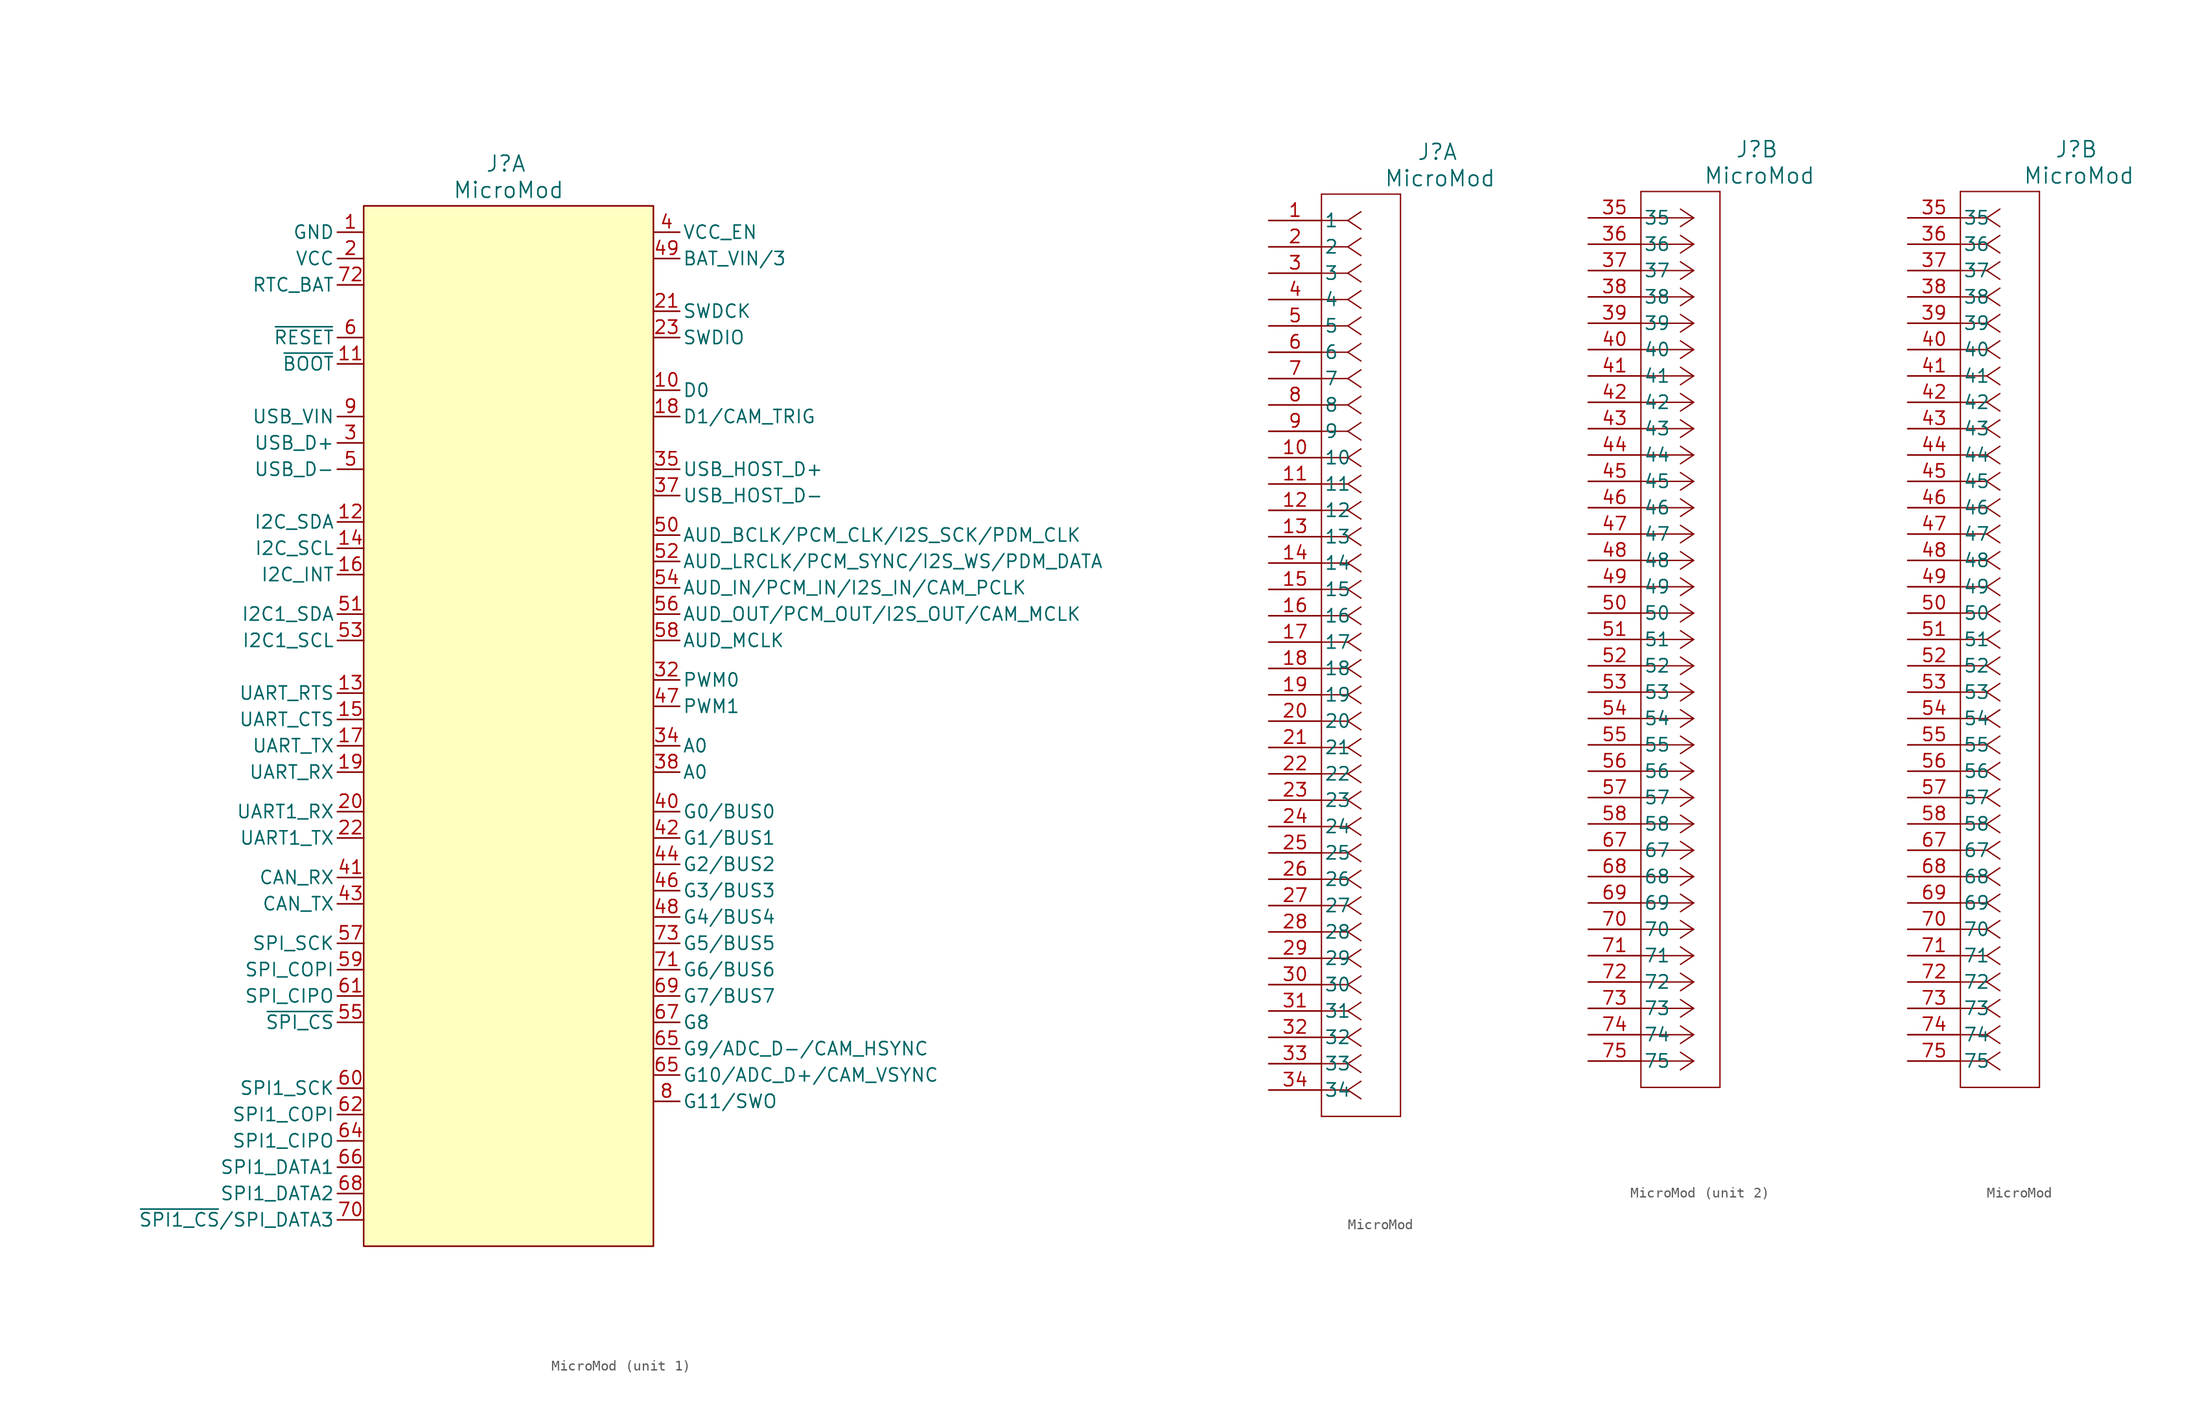
<source format=kicad_sym>
(kicad_symbol_lib
  (version 20231120)
  (generator "kicad_symbol_editor")
  (generator_version "8.0")
  (symbol "MicroMod"
    (pin_names
      (offset 0.254))
    (property "Reference" "J"
      (at 16.256 6.604 0)
      (effects (font (size 1.524 1.524))))
    (property "Value" "MicroMod"
      (at 16.51 4.064 0)
      (effects (font (size 1.524 1.524))))
    (property "ki_locked" ""
      (at 0 0 0)
      (effects (font (size 1.27 1.27))))
    (symbol "MicroMod_1_1"
      (rectangle (start 2.54 2.54) (end 30.48 -97.79) (stroke (width 0) (type default)) (fill (type background)))
      (pin power_out line (at 2.54 0 180) (length 2.54) (name "GND" (effects (font (size 1.27 1.27)))) (number "1" (effects (font (size 1.27 1.27)))))
      (pin bidirectional line (at 30.48 -15.24 0) (length 2.54) (name "D0" (effects (font (size 1.27 1.27)))) (number "10" (effects (font (size 1.27 1.27)))))
      (pin open_collector line (at 2.54 -12.7 180) (length 2.54) (name "~{BOOT}" (effects (font (size 1.27 1.27)))) (number "11" (effects (font (size 1.27 1.27)))))
      (pin bidirectional line (at 2.54 -27.94 180) (length 2.54) (name "I2C_SDA" (effects (font (size 1.27 1.27)))) (number "12" (effects (font (size 1.27 1.27)))))
      (pin output line (at 2.54 -44.45 180) (length 2.54) (name "UART_RTS" (effects (font (size 1.27 1.27)))) (number "13" (effects (font (size 1.27 1.27)))))
      (pin bidirectional line (at 2.54 -30.48 180) (length 2.54) (name "I2C_SCL" (effects (font (size 1.27 1.27)))) (number "14" (effects (font (size 1.27 1.27)))))
      (pin input line (at 2.54 -46.99 180) (length 2.54) (name "UART_CTS" (effects (font (size 1.27 1.27)))) (number "15" (effects (font (size 1.27 1.27)))))
      (pin open_collector line (at 2.54 -33.02 180) (length 2.54) (name "I2C_INT" (effects (font (size 1.27 1.27)))) (number "16" (effects (font (size 1.27 1.27)))))
      (pin output line (at 2.54 -49.53 180) (length 2.54) (name "UART_TX" (effects (font (size 1.27 1.27)))) (number "17" (effects (font (size 1.27 1.27)))))
      (pin bidirectional line (at 30.48 -17.78 0) (length 2.54) (name "D1/CAM_TRIG" (effects (font (size 1.27 1.27)))) (number "18" (effects (font (size 1.27 1.27)))))
      (pin input line (at 2.54 -52.07 180) (length 2.54) (name "UART_RX" (effects (font (size 1.27 1.27)))) (number "19" (effects (font (size 1.27 1.27)))))
      (pin power_in line (at 2.54 -2.54 180) (length 2.54) (name "VCC" (effects (font (size 1.27 1.27)))) (number "2" (effects (font (size 1.27 1.27)))))
      (pin input line (at 2.54 -55.88 180) (length 2.54) (name "UART1_RX" (effects (font (size 1.27 1.27)))) (number "20" (effects (font (size 1.27 1.27)))))
      (pin input line (at 30.48 -7.62 0) (length 2.54) (name "SWDCK" (effects (font (size 1.27 1.27)))) (number "21" (effects (font (size 1.27 1.27)))))
      (pin output line (at 2.54 -58.42 180) (length 2.54) (name "UART1_TX" (effects (font (size 1.27 1.27)))) (number "22" (effects (font (size 1.27 1.27)))))
      (pin output line (at 30.48 -10.16 0) (length 2.54) (name "SWDIO" (effects (font (size 1.27 1.27)))) (number "23" (effects (font (size 1.27 1.27)))))
      (pin bidirectional line (at 2.54 -20.32 180) (length 2.54) (name "USB_D+" (effects (font (size 1.27 1.27)))) (number "3" (effects (font (size 1.27 1.27)))))
      (pin output line (at 30.48 -43.18 0) (length 2.54) (name "PWM0" (effects (font (size 1.27 1.27)))) (number "32" (effects (font (size 1.27 1.27)))))
      (pin power_out line (at 2.54 0 180) (length 2.54) hide (name "GND" (effects (font (size 1.27 1.27)))) (number "33" (effects (font (size 1.27 1.27)))))
      (pin output line (at 30.48 -49.53 0) (length 2.54) (name "A0" (effects (font (size 1.27 1.27)))) (number "34" (effects (font (size 1.27 1.27)))))
      (pin bidirectional line (at 30.48 -22.86 0) (length 2.54) (name "USB_HOST_D+" (effects (font (size 1.27 1.27)))) (number "35" (effects (font (size 1.27 1.27)))))
      (pin power_out line (at 2.54 0 180) (length 2.54) hide (name "GND" (effects (font (size 1.27 1.27)))) (number "36" (effects (font (size 1.27 1.27)))))
      (pin power_out line (at 2.54 0 180) (length 2.54) hide (name "GND" (effects (font (size 1.27 1.27)))) (number "36" (effects (font (size 1.27 1.27)))))
      (pin bidirectional line (at 30.48 -25.4 0) (length 2.54) (name "USB_HOST_D-" (effects (font (size 1.27 1.27)))) (number "37" (effects (font (size 1.27 1.27)))))
      (pin output line (at 30.48 -52.07 0) (length 2.54) (name "A0" (effects (font (size 1.27 1.27)))) (number "38" (effects (font (size 1.27 1.27)))))
      (pin power_out line (at 2.54 0 180) (length 2.54) hide (name "GND" (effects (font (size 1.27 1.27)))) (number "39" (effects (font (size 1.27 1.27)))))
      (pin output line (at 30.48 0 0) (length 2.54) (name "VCC_EN" (effects (font (size 1.27 1.27)))) (number "4" (effects (font (size 1.27 1.27)))))
      (pin bidirectional line (at 30.48 -55.88 0) (length 2.54) (name "G0/BUS0" (effects (font (size 1.27 1.27)))) (number "40" (effects (font (size 1.27 1.27)))))
      (pin input line (at 2.54 -62.23 180) (length 2.54) (name "CAN_RX" (effects (font (size 1.27 1.27)))) (number "41" (effects (font (size 1.27 1.27)))))
      (pin bidirectional line (at 30.48 -58.42 0) (length 2.54) (name "G1/BUS1" (effects (font (size 1.27 1.27)))) (number "42" (effects (font (size 1.27 1.27)))))
      (pin output line (at 2.54 -64.77 180) (length 2.54) (name "CAN_TX" (effects (font (size 1.27 1.27)))) (number "43" (effects (font (size 1.27 1.27)))))
      (pin bidirectional line (at 30.48 -60.96 0) (length 2.54) (name "G2/BUS2" (effects (font (size 1.27 1.27)))) (number "44" (effects (font (size 1.27 1.27)))))
      (pin power_out line (at 2.54 0 180) (length 2.54) hide (name "GND" (effects (font (size 1.27 1.27)))) (number "45" (effects (font (size 1.27 1.27)))))
      (pin bidirectional line (at 30.48 -63.5 0) (length 2.54) (name "G3/BUS3" (effects (font (size 1.27 1.27)))) (number "46" (effects (font (size 1.27 1.27)))))
      (pin output line (at 30.48 -45.72 0) (length 2.54) (name "PWM1" (effects (font (size 1.27 1.27)))) (number "47" (effects (font (size 1.27 1.27)))))
      (pin bidirectional line (at 30.48 -66.04 0) (length 2.54) (name "G4/BUS4" (effects (font (size 1.27 1.27)))) (number "48" (effects (font (size 1.27 1.27)))))
      (pin input line (at 30.48 -2.54 0) (length 2.54) (name "BAT_VIN/3" (effects (font (size 1.27 1.27)))) (number "49" (effects (font (size 1.27 1.27)))))
      (pin bidirectional line (at 2.54 -22.86 180) (length 2.54) (name "USB_D-" (effects (font (size 1.27 1.27)))) (number "5" (effects (font (size 1.27 1.27)))))
      (pin bidirectional line (at 30.48 -29.21 0) (length 2.54) (name "AUD_BCLK/PCM_CLK/I2S_SCK/PDM_CLK" (effects (font (size 1.27 1.27)))) (number "50" (effects (font (size 1.27 1.27)))))
      (pin bidirectional line (at 2.54 -36.83 180) (length 2.54) (name "I2C1_SDA" (effects (font (size 1.27 1.27)))) (number "51" (effects (font (size 1.27 1.27)))))
      (pin bidirectional line (at 30.48 -31.75 0) (length 2.54) (name "AUD_LRCLK/PCM_SYNC/I2S_WS/PDM_DATA" (effects (font (size 1.27 1.27)))) (number "52" (effects (font (size 1.27 1.27)))))
      (pin bidirectional line (at 2.54 -39.37 180) (length 2.54) (name "I2C1_SCL" (effects (font (size 1.27 1.27)))) (number "53" (effects (font (size 1.27 1.27)))))
      (pin input line (at 30.48 -34.29 0) (length 2.54) (name "AUD_IN/PCM_IN/I2S_IN/CAM_PCLK" (effects (font (size 1.27 1.27)))) (number "54" (effects (font (size 1.27 1.27)))))
      (pin output line (at 2.54 -76.2 180) (length 2.54) (name "~{SPI_CS}" (effects (font (size 1.27 1.27)))) (number "55" (effects (font (size 1.27 1.27)))))
      (pin output line (at 30.48 -36.83 0) (length 2.54) (name "AUD_OUT/PCM_OUT/I2S_OUT/CAM_MCLK" (effects (font (size 1.27 1.27)))) (number "56" (effects (font (size 1.27 1.27)))))
      (pin output line (at 2.54 -68.58 180) (length 2.54) (name "SPI_SCK" (effects (font (size 1.27 1.27)))) (number "57" (effects (font (size 1.27 1.27)))))
      (pin output line (at 30.48 -39.37 0) (length 2.54) (name "AUD_MCLK" (effects (font (size 1.27 1.27)))) (number "58" (effects (font (size 1.27 1.27)))))
      (pin output line (at 2.54 -71.12 180) (length 2.54) (name "SPI_COPI" (effects (font (size 1.27 1.27)))) (number "59" (effects (font (size 1.27 1.27)))))
      (pin open_collector line (at 2.54 -10.16 180) (length 2.54) (name "~{RESET}" (effects (font (size 1.27 1.27)))) (number "6" (effects (font (size 1.27 1.27)))))
      (pin output line (at 2.54 -82.55 180) (length 2.54) (name "SPI1_SCK" (effects (font (size 1.27 1.27)))) (number "60" (effects (font (size 1.27 1.27)))))
      (pin output line (at 2.54 -73.66 180) (length 2.54) (name "SPI_CIPO" (effects (font (size 1.27 1.27)))) (number "61" (effects (font (size 1.27 1.27)))))
      (pin output line (at 2.54 -85.09 180) (length 2.54) (name "SPI1_COPI" (effects (font (size 1.27 1.27)))) (number "62" (effects (font (size 1.27 1.27)))))
      (pin output line (at 2.54 -87.63 180) (length 2.54) (name "SPI1_CIPO" (effects (font (size 1.27 1.27)))) (number "64" (effects (font (size 1.27 1.27)))))
      (pin bidirectional line (at 30.48 -81.28 0) (length 2.54) (name "G10/ADC_D+/CAM_VSYNC" (effects (font (size 1.27 1.27)))) (number "65" (effects (font (size 1.27 1.27)))))
      (pin bidirectional line (at 30.48 -78.74 0) (length 2.54) (name "G9/ADC_D-/CAM_HSYNC" (effects (font (size 1.27 1.27)))) (number "65" (effects (font (size 1.27 1.27)))))
      (pin output line (at 2.54 -90.17 180) (length 2.54) (name "SPI1_DATA1" (effects (font (size 1.27 1.27)))) (number "66" (effects (font (size 1.27 1.27)))))
      (pin bidirectional line (at 30.48 -76.2 0) (length 2.54) (name "G8" (effects (font (size 1.27 1.27)))) (number "67" (effects (font (size 1.27 1.27)))))
      (pin output line (at 2.54 -92.71 180) (length 2.54) (name "SPI1_DATA2" (effects (font (size 1.27 1.27)))) (number "68" (effects (font (size 1.27 1.27)))))
      (pin bidirectional line (at 30.48 -73.66 0) (length 2.54) (name "G7/BUS7" (effects (font (size 1.27 1.27)))) (number "69" (effects (font (size 1.27 1.27)))))
      (pin power_out line (at 2.54 0 180) (length 2.54) hide (name "GND" (effects (font (size 1.27 1.27)))) (number "7" (effects (font (size 1.27 1.27)))))
      (pin bidirectional line (at 2.54 -95.25 180) (length 2.54) (name "~{SPI1_CS}/SPI_DATA3" (effects (font (size 1.27 1.27)))) (number "70" (effects (font (size 1.27 1.27)))))
      (pin bidirectional line (at 30.48 -71.12 0) (length 2.54) (name "G6/BUS6" (effects (font (size 1.27 1.27)))) (number "71" (effects (font (size 1.27 1.27)))))
      (pin power_in line (at 2.54 -5.08 180) (length 2.54) (name "RTC_BAT" (effects (font (size 1.27 1.27)))) (number "72" (effects (font (size 1.27 1.27)))))
      (pin bidirectional line (at 30.48 -68.58 0) (length 2.54) (name "G5/BUS5" (effects (font (size 1.27 1.27)))) (number "73" (effects (font (size 1.27 1.27)))))
      (pin power_in line (at 2.54 -2.54 180) (length 2.54) hide (name "GND" (effects (font (size 1.27 1.27)))) (number "74" (effects (font (size 1.27 1.27)))))
      (pin power_out line (at 2.54 0 180) (length 2.54) hide (name "GND" (effects (font (size 1.27 1.27)))) (number "75" (effects (font (size 1.27 1.27)))))
      (pin power_out line (at 2.54 0 180) (length 2.54) hide (name "GND" (effects (font (size 1.27 1.27)))) (number "79" (effects (font (size 1.27 1.27)))))
      (pin bidirectional line (at 30.48 -83.82 0) (length 2.54) (name "G11/SWO" (effects (font (size 1.27 1.27)))) (number "8" (effects (font (size 1.27 1.27)))))
      (pin power_in line (at 2.54 -17.78 180) (length 2.54) (name "USB_VIN" (effects (font (size 1.27 1.27)))) (number "9" (effects (font (size 1.27 1.27))))))
    (symbol "MicroMod_1_2"
      (polyline (pts (xy 5.08 -86.36) (xy 12.7 -86.36)) (stroke (width 0.127) (type default)) (fill (type none)))
      (polyline (pts (xy 5.08 2.54) (xy 5.08 -86.36)) (stroke (width 0.127) (type default)) (fill (type none)))
      (polyline (pts (xy 7.62 -83.82) (xy 5.08 -83.82)) (stroke (width 0.127) (type default)) (fill (type none)))
      (polyline (pts (xy 7.62 -83.82) (xy 8.89 -84.667)) (stroke (width 0.127) (type default)) (fill (type none)))
      (polyline (pts (xy 7.62 -83.82) (xy 8.89 -82.973)) (stroke (width 0.127) (type default)) (fill (type none)))
      (polyline (pts (xy 7.62 -81.28) (xy 5.08 -81.28)) (stroke (width 0.127) (type default)) (fill (type none)))
      (polyline (pts (xy 7.62 -81.28) (xy 8.89 -82.127)) (stroke (width 0.127) (type default)) (fill (type none)))
      (polyline (pts (xy 7.62 -81.28) (xy 8.89 -80.433)) (stroke (width 0.127) (type default)) (fill (type none)))
      (polyline (pts (xy 7.62 -78.74) (xy 5.08 -78.74)) (stroke (width 0.127) (type default)) (fill (type none)))
      (polyline (pts (xy 7.62 -78.74) (xy 8.89 -79.587)) (stroke (width 0.127) (type default)) (fill (type none)))
      (polyline (pts (xy 7.62 -78.74) (xy 8.89 -77.893)) (stroke (width 0.127) (type default)) (fill (type none)))
      (polyline (pts (xy 7.62 -76.2) (xy 5.08 -76.2)) (stroke (width 0.127) (type default)) (fill (type none)))
      (polyline (pts (xy 7.62 -76.2) (xy 8.89 -77.047)) (stroke (width 0.127) (type default)) (fill (type none)))
      (polyline (pts (xy 7.62 -76.2) (xy 8.89 -75.353)) (stroke (width 0.127) (type default)) (fill (type none)))
      (polyline (pts (xy 7.62 -73.66) (xy 5.08 -73.66)) (stroke (width 0.127) (type default)) (fill (type none)))
      (polyline (pts (xy 7.62 -73.66) (xy 8.89 -74.507)) (stroke (width 0.127) (type default)) (fill (type none)))
      (polyline (pts (xy 7.62 -73.66) (xy 8.89 -72.813)) (stroke (width 0.127) (type default)) (fill (type none)))
      (polyline (pts (xy 7.62 -71.12) (xy 5.08 -71.12)) (stroke (width 0.127) (type default)) (fill (type none)))
      (polyline (pts (xy 7.62 -71.12) (xy 8.89 -71.967)) (stroke (width 0.127) (type default)) (fill (type none)))
      (polyline (pts (xy 7.62 -71.12) (xy 8.89 -70.273)) (stroke (width 0.127) (type default)) (fill (type none)))
      (polyline (pts (xy 7.62 -68.58) (xy 5.08 -68.58)) (stroke (width 0.127) (type default)) (fill (type none)))
      (polyline (pts (xy 7.62 -68.58) (xy 8.89 -69.427)) (stroke (width 0.127) (type default)) (fill (type none)))
      (polyline (pts (xy 7.62 -68.58) (xy 8.89 -67.733)) (stroke (width 0.127) (type default)) (fill (type none)))
      (polyline (pts (xy 7.62 -66.04) (xy 5.08 -66.04)) (stroke (width 0.127) (type default)) (fill (type none)))
      (polyline (pts (xy 7.62 -66.04) (xy 8.89 -66.887)) (stroke (width 0.127) (type default)) (fill (type none)))
      (polyline (pts (xy 7.62 -66.04) (xy 8.89 -65.193)) (stroke (width 0.127) (type default)) (fill (type none)))
      (polyline (pts (xy 7.62 -63.5) (xy 5.08 -63.5)) (stroke (width 0.127) (type default)) (fill (type none)))
      (polyline (pts (xy 7.62 -63.5) (xy 8.89 -64.347)) (stroke (width 0.127) (type default)) (fill (type none)))
      (polyline (pts (xy 7.62 -63.5) (xy 8.89 -62.653)) (stroke (width 0.127) (type default)) (fill (type none)))
      (polyline (pts (xy 7.62 -60.96) (xy 5.08 -60.96)) (stroke (width 0.127) (type default)) (fill (type none)))
      (polyline (pts (xy 7.62 -60.96) (xy 8.89 -61.807)) (stroke (width 0.127) (type default)) (fill (type none)))
      (polyline (pts (xy 7.62 -60.96) (xy 8.89 -60.113)) (stroke (width 0.127) (type default)) (fill (type none)))
      (polyline (pts (xy 7.62 -58.42) (xy 5.08 -58.42)) (stroke (width 0.127) (type default)) (fill (type none)))
      (polyline (pts (xy 7.62 -58.42) (xy 8.89 -59.267)) (stroke (width 0.127) (type default)) (fill (type none)))
      (polyline (pts (xy 7.62 -58.42) (xy 8.89 -57.573)) (stroke (width 0.127) (type default)) (fill (type none)))
      (polyline (pts (xy 7.62 -55.88) (xy 5.08 -55.88)) (stroke (width 0.127) (type default)) (fill (type none)))
      (polyline (pts (xy 7.62 -55.88) (xy 8.89 -56.727)) (stroke (width 0.127) (type default)) (fill (type none)))
      (polyline (pts (xy 7.62 -55.88) (xy 8.89 -55.033)) (stroke (width 0.127) (type default)) (fill (type none)))
      (polyline (pts (xy 7.62 -53.34) (xy 5.08 -53.34)) (stroke (width 0.127) (type default)) (fill (type none)))
      (polyline (pts (xy 7.62 -53.34) (xy 8.89 -54.187)) (stroke (width 0.127) (type default)) (fill (type none)))
      (polyline (pts (xy 7.62 -53.34) (xy 8.89 -52.493)) (stroke (width 0.127) (type default)) (fill (type none)))
      (polyline (pts (xy 7.62 -50.8) (xy 5.08 -50.8)) (stroke (width 0.127) (type default)) (fill (type none)))
      (polyline (pts (xy 7.62 -50.8) (xy 8.89 -51.647)) (stroke (width 0.127) (type default)) (fill (type none)))
      (polyline (pts (xy 7.62 -50.8) (xy 8.89 -49.953)) (stroke (width 0.127) (type default)) (fill (type none)))
      (polyline (pts (xy 7.62 -48.26) (xy 5.08 -48.26)) (stroke (width 0.127) (type default)) (fill (type none)))
      (polyline (pts (xy 7.62 -48.26) (xy 8.89 -49.107)) (stroke (width 0.127) (type default)) (fill (type none)))
      (polyline (pts (xy 7.62 -48.26) (xy 8.89 -47.413)) (stroke (width 0.127) (type default)) (fill (type none)))
      (polyline (pts (xy 7.62 -45.72) (xy 5.08 -45.72)) (stroke (width 0.127) (type default)) (fill (type none)))
      (polyline (pts (xy 7.62 -45.72) (xy 8.89 -46.567)) (stroke (width 0.127) (type default)) (fill (type none)))
      (polyline (pts (xy 7.62 -45.72) (xy 8.89 -44.873)) (stroke (width 0.127) (type default)) (fill (type none)))
      (polyline (pts (xy 7.62 -43.18) (xy 5.08 -43.18)) (stroke (width 0.127) (type default)) (fill (type none)))
      (polyline (pts (xy 7.62 -43.18) (xy 8.89 -44.027)) (stroke (width 0.127) (type default)) (fill (type none)))
      (polyline (pts (xy 7.62 -43.18) (xy 8.89 -42.333)) (stroke (width 0.127) (type default)) (fill (type none)))
      (polyline (pts (xy 7.62 -40.64) (xy 5.08 -40.64)) (stroke (width 0.127) (type default)) (fill (type none)))
      (polyline (pts (xy 7.62 -40.64) (xy 8.89 -41.487)) (stroke (width 0.127) (type default)) (fill (type none)))
      (polyline (pts (xy 7.62 -40.64) (xy 8.89 -39.793)) (stroke (width 0.127) (type default)) (fill (type none)))
      (polyline (pts (xy 7.62 -38.1) (xy 5.08 -38.1)) (stroke (width 0.127) (type default)) (fill (type none)))
      (polyline (pts (xy 7.62 -38.1) (xy 8.89 -38.947)) (stroke (width 0.127) (type default)) (fill (type none)))
      (polyline (pts (xy 7.62 -38.1) (xy 8.89 -37.253)) (stroke (width 0.127) (type default)) (fill (type none)))
      (polyline (pts (xy 7.62 -35.56) (xy 5.08 -35.56)) (stroke (width 0.127) (type default)) (fill (type none)))
      (polyline (pts (xy 7.62 -35.56) (xy 8.89 -36.407)) (stroke (width 0.127) (type default)) (fill (type none)))
      (polyline (pts (xy 7.62 -35.56) (xy 8.89 -34.713)) (stroke (width 0.127) (type default)) (fill (type none)))
      (polyline (pts (xy 7.62 -33.02) (xy 5.08 -33.02)) (stroke (width 0.127) (type default)) (fill (type none)))
      (polyline (pts (xy 7.62 -33.02) (xy 8.89 -33.867)) (stroke (width 0.127) (type default)) (fill (type none)))
      (polyline (pts (xy 7.62 -33.02) (xy 8.89 -32.173)) (stroke (width 0.127) (type default)) (fill (type none)))
      (polyline (pts (xy 7.62 -30.48) (xy 5.08 -30.48)) (stroke (width 0.127) (type default)) (fill (type none)))
      (polyline (pts (xy 7.62 -30.48) (xy 8.89 -31.327)) (stroke (width 0.127) (type default)) (fill (type none)))
      (polyline (pts (xy 7.62 -30.48) (xy 8.89 -29.633)) (stroke (width 0.127) (type default)) (fill (type none)))
      (polyline (pts (xy 7.62 -27.94) (xy 5.08 -27.94)) (stroke (width 0.127) (type default)) (fill (type none)))
      (polyline (pts (xy 7.62 -27.94) (xy 8.89 -28.787)) (stroke (width 0.127) (type default)) (fill (type none)))
      (polyline (pts (xy 7.62 -27.94) (xy 8.89 -27.093)) (stroke (width 0.127) (type default)) (fill (type none)))
      (polyline (pts (xy 7.62 -25.4) (xy 5.08 -25.4)) (stroke (width 0.127) (type default)) (fill (type none)))
      (polyline (pts (xy 7.62 -25.4) (xy 8.89 -26.247)) (stroke (width 0.127) (type default)) (fill (type none)))
      (polyline (pts (xy 7.62 -25.4) (xy 8.89 -24.553)) (stroke (width 0.127) (type default)) (fill (type none)))
      (polyline (pts (xy 7.62 -22.86) (xy 5.08 -22.86)) (stroke (width 0.127) (type default)) (fill (type none)))
      (polyline (pts (xy 7.62 -22.86) (xy 8.89 -23.707)) (stroke (width 0.127) (type default)) (fill (type none)))
      (polyline (pts (xy 7.62 -22.86) (xy 8.89 -22.013)) (stroke (width 0.127) (type default)) (fill (type none)))
      (polyline (pts (xy 7.62 -20.32) (xy 5.08 -20.32)) (stroke (width 0.127) (type default)) (fill (type none)))
      (polyline (pts (xy 7.62 -20.32) (xy 8.89 -21.167)) (stroke (width 0.127) (type default)) (fill (type none)))
      (polyline (pts (xy 7.62 -20.32) (xy 8.89 -19.473)) (stroke (width 0.127) (type default)) (fill (type none)))
      (polyline (pts (xy 7.62 -17.78) (xy 5.08 -17.78)) (stroke (width 0.127) (type default)) (fill (type none)))
      (polyline (pts (xy 7.62 -17.78) (xy 8.89 -18.627)) (stroke (width 0.127) (type default)) (fill (type none)))
      (polyline (pts (xy 7.62 -17.78) (xy 8.89 -16.933)) (stroke (width 0.127) (type default)) (fill (type none)))
      (polyline (pts (xy 7.62 -15.24) (xy 5.08 -15.24)) (stroke (width 0.127) (type default)) (fill (type none)))
      (polyline (pts (xy 7.62 -15.24) (xy 8.89 -16.087)) (stroke (width 0.127) (type default)) (fill (type none)))
      (polyline (pts (xy 7.62 -15.24) (xy 8.89 -14.393)) (stroke (width 0.127) (type default)) (fill (type none)))
      (polyline (pts (xy 7.62 -12.7) (xy 5.08 -12.7)) (stroke (width 0.127) (type default)) (fill (type none)))
      (polyline (pts (xy 7.62 -12.7) (xy 8.89 -13.547)) (stroke (width 0.127) (type default)) (fill (type none)))
      (polyline (pts (xy 7.62 -12.7) (xy 8.89 -11.853)) (stroke (width 0.127) (type default)) (fill (type none)))
      (polyline (pts (xy 7.62 -10.16) (xy 5.08 -10.16)) (stroke (width 0.127) (type default)) (fill (type none)))
      (polyline (pts (xy 7.62 -10.16) (xy 8.89 -11.007)) (stroke (width 0.127) (type default)) (fill (type none)))
      (polyline (pts (xy 7.62 -10.16) (xy 8.89 -9.313)) (stroke (width 0.127) (type default)) (fill (type none)))
      (polyline (pts (xy 7.62 -7.62) (xy 5.08 -7.62)) (stroke (width 0.127) (type default)) (fill (type none)))
      (polyline (pts (xy 7.62 -7.62) (xy 8.89 -8.467)) (stroke (width 0.127) (type default)) (fill (type none)))
      (polyline (pts (xy 7.62 -7.62) (xy 8.89 -6.773)) (stroke (width 0.127) (type default)) (fill (type none)))
      (polyline (pts (xy 7.62 -5.08) (xy 5.08 -5.08)) (stroke (width 0.127) (type default)) (fill (type none)))
      (polyline (pts (xy 7.62 -5.08) (xy 8.89 -5.927)) (stroke (width 0.127) (type default)) (fill (type none)))
      (polyline (pts (xy 7.62 -5.08) (xy 8.89 -4.233)) (stroke (width 0.127) (type default)) (fill (type none)))
      (polyline (pts (xy 7.62 -2.54) (xy 5.08 -2.54)) (stroke (width 0.127) (type default)) (fill (type none)))
      (polyline (pts (xy 7.62 -2.54) (xy 8.89 -3.387)) (stroke (width 0.127) (type default)) (fill (type none)))
      (polyline (pts (xy 7.62 -2.54) (xy 8.89 -1.693)) (stroke (width 0.127) (type default)) (fill (type none)))
      (polyline (pts (xy 7.62 0) (xy 5.08 0)) (stroke (width 0.127) (type default)) (fill (type none)))
      (polyline (pts (xy 7.62 0) (xy 8.89 -0.847)) (stroke (width 0.127) (type default)) (fill (type none)))
      (polyline (pts (xy 7.62 0) (xy 8.89 0.847)) (stroke (width 0.127) (type default)) (fill (type none)))
      (polyline (pts (xy 12.7 -86.36) (xy 12.7 2.54)) (stroke (width 0.127) (type default)) (fill (type none)))
      (polyline (pts (xy 12.7 2.54) (xy 5.08 2.54)) (stroke (width 0.127) (type default)) (fill (type none)))
      (pin unspecified line (at 0 0 0) (length 5.08) (name "1" (effects (font (size 1.27 1.27)))) (number "1" (effects (font (size 1.27 1.27)))))
      (pin unspecified line (at 0 -22.86 0) (length 5.08) (name "10" (effects (font (size 1.27 1.27)))) (number "10" (effects (font (size 1.27 1.27)))))
      (pin unspecified line (at 0 -25.4 0) (length 5.08) (name "11" (effects (font (size 1.27 1.27)))) (number "11" (effects (font (size 1.27 1.27)))))
      (pin unspecified line (at 0 -27.94 0) (length 5.08) (name "12" (effects (font (size 1.27 1.27)))) (number "12" (effects (font (size 1.27 1.27)))))
      (pin unspecified line (at 0 -30.48 0) (length 5.08) (name "13" (effects (font (size 1.27 1.27)))) (number "13" (effects (font (size 1.27 1.27)))))
      (pin unspecified line (at 0 -33.02 0) (length 5.08) (name "14" (effects (font (size 1.27 1.27)))) (number "14" (effects (font (size 1.27 1.27)))))
      (pin unspecified line (at 0 -35.56 0) (length 5.08) (name "15" (effects (font (size 1.27 1.27)))) (number "15" (effects (font (size 1.27 1.27)))))
      (pin unspecified line (at 0 -38.1 0) (length 5.08) (name "16" (effects (font (size 1.27 1.27)))) (number "16" (effects (font (size 1.27 1.27)))))
      (pin unspecified line (at 0 -40.64 0) (length 5.08) (name "17" (effects (font (size 1.27 1.27)))) (number "17" (effects (font (size 1.27 1.27)))))
      (pin unspecified line (at 0 -43.18 0) (length 5.08) (name "18" (effects (font (size 1.27 1.27)))) (number "18" (effects (font (size 1.27 1.27)))))
      (pin unspecified line (at 0 -45.72 0) (length 5.08) (name "19" (effects (font (size 1.27 1.27)))) (number "19" (effects (font (size 1.27 1.27)))))
      (pin unspecified line (at 0 -2.54 0) (length 5.08) (name "2" (effects (font (size 1.27 1.27)))) (number "2" (effects (font (size 1.27 1.27)))))
      (pin unspecified line (at 0 -48.26 0) (length 5.08) (name "20" (effects (font (size 1.27 1.27)))) (number "20" (effects (font (size 1.27 1.27)))))
      (pin unspecified line (at 0 -50.8 0) (length 5.08) (name "21" (effects (font (size 1.27 1.27)))) (number "21" (effects (font (size 1.27 1.27)))))
      (pin unspecified line (at 0 -53.34 0) (length 5.08) (name "22" (effects (font (size 1.27 1.27)))) (number "22" (effects (font (size 1.27 1.27)))))
      (pin unspecified line (at 0 -55.88 0) (length 5.08) (name "23" (effects (font (size 1.27 1.27)))) (number "23" (effects (font (size 1.27 1.27)))))
      (pin unspecified line (at 0 -58.42 0) (length 5.08) (name "24" (effects (font (size 1.27 1.27)))) (number "24" (effects (font (size 1.27 1.27)))))
      (pin unspecified line (at 0 -60.96 0) (length 5.08) (name "25" (effects (font (size 1.27 1.27)))) (number "25" (effects (font (size 1.27 1.27)))))
      (pin unspecified line (at 0 -63.5 0) (length 5.08) (name "26" (effects (font (size 1.27 1.27)))) (number "26" (effects (font (size 1.27 1.27)))))
      (pin unspecified line (at 0 -66.04 0) (length 5.08) (name "27" (effects (font (size 1.27 1.27)))) (number "27" (effects (font (size 1.27 1.27)))))
      (pin unspecified line (at 0 -68.58 0) (length 5.08) (name "28" (effects (font (size 1.27 1.27)))) (number "28" (effects (font (size 1.27 1.27)))))
      (pin unspecified line (at 0 -71.12 0) (length 5.08) (name "29" (effects (font (size 1.27 1.27)))) (number "29" (effects (font (size 1.27 1.27)))))
      (pin unspecified line (at 0 -5.08 0) (length 5.08) (name "3" (effects (font (size 1.27 1.27)))) (number "3" (effects (font (size 1.27 1.27)))))
      (pin unspecified line (at 0 -73.66 0) (length 5.08) (name "30" (effects (font (size 1.27 1.27)))) (number "30" (effects (font (size 1.27 1.27)))))
      (pin unspecified line (at 0 -76.2 0) (length 5.08) (name "31" (effects (font (size 1.27 1.27)))) (number "31" (effects (font (size 1.27 1.27)))))
      (pin unspecified line (at 0 -78.74 0) (length 5.08) (name "32" (effects (font (size 1.27 1.27)))) (number "32" (effects (font (size 1.27 1.27)))))
      (pin unspecified line (at 0 -81.28 0) (length 5.08) (name "33" (effects (font (size 1.27 1.27)))) (number "33" (effects (font (size 1.27 1.27)))))
      (pin unspecified line (at 0 -83.82 0) (length 5.08) (name "34" (effects (font (size 1.27 1.27)))) (number "34" (effects (font (size 1.27 1.27)))))
      (pin unspecified line (at 0 -7.62 0) (length 5.08) (name "4" (effects (font (size 1.27 1.27)))) (number "4" (effects (font (size 1.27 1.27)))))
      (pin unspecified line (at 0 -10.16 0) (length 5.08) (name "5" (effects (font (size 1.27 1.27)))) (number "5" (effects (font (size 1.27 1.27)))))
      (pin unspecified line (at 0 -12.7 0) (length 5.08) (name "6" (effects (font (size 1.27 1.27)))) (number "6" (effects (font (size 1.27 1.27)))))
      (pin unspecified line (at 0 -15.24 0) (length 5.08) (name "7" (effects (font (size 1.27 1.27)))) (number "7" (effects (font (size 1.27 1.27)))))
      (pin unspecified line (at 0 -17.78 0) (length 5.08) (name "8" (effects (font (size 1.27 1.27)))) (number "8" (effects (font (size 1.27 1.27)))))
      (pin unspecified line (at 0 -20.32 0) (length 5.08) (name "9" (effects (font (size 1.27 1.27)))) (number "9" (effects (font (size 1.27 1.27))))))
    (symbol "MicroMod_2_1"
      (polyline (pts (xy 5.08 -83.82) (xy 12.7 -83.82)) (stroke (width 0.127) (type default)) (fill (type none)))
      (polyline (pts (xy 5.08 2.54) (xy 5.08 -83.82)) (stroke (width 0.127) (type default)) (fill (type none)))
      (polyline (pts (xy 10.16 -81.28) (xy 5.08 -81.28)) (stroke (width 0.127) (type default)) (fill (type none)))
      (polyline (pts (xy 10.16 -81.28) (xy 8.89 -82.127)) (stroke (width 0.127) (type default)) (fill (type none)))
      (polyline (pts (xy 10.16 -81.28) (xy 8.89 -80.433)) (stroke (width 0.127) (type default)) (fill (type none)))
      (polyline (pts (xy 10.16 -78.74) (xy 5.08 -78.74)) (stroke (width 0.127) (type default)) (fill (type none)))
      (polyline (pts (xy 10.16 -78.74) (xy 8.89 -79.587)) (stroke (width 0.127) (type default)) (fill (type none)))
      (polyline (pts (xy 10.16 -78.74) (xy 8.89 -77.893)) (stroke (width 0.127) (type default)) (fill (type none)))
      (polyline (pts (xy 10.16 -76.2) (xy 5.08 -76.2)) (stroke (width 0.127) (type default)) (fill (type none)))
      (polyline (pts (xy 10.16 -76.2) (xy 8.89 -77.047)) (stroke (width 0.127) (type default)) (fill (type none)))
      (polyline (pts (xy 10.16 -76.2) (xy 8.89 -75.353)) (stroke (width 0.127) (type default)) (fill (type none)))
      (polyline (pts (xy 10.16 -73.66) (xy 5.08 -73.66)) (stroke (width 0.127) (type default)) (fill (type none)))
      (polyline (pts (xy 10.16 -73.66) (xy 8.89 -74.507)) (stroke (width 0.127) (type default)) (fill (type none)))
      (polyline (pts (xy 10.16 -73.66) (xy 8.89 -72.813)) (stroke (width 0.127) (type default)) (fill (type none)))
      (polyline (pts (xy 10.16 -71.12) (xy 5.08 -71.12)) (stroke (width 0.127) (type default)) (fill (type none)))
      (polyline (pts (xy 10.16 -71.12) (xy 8.89 -71.967)) (stroke (width 0.127) (type default)) (fill (type none)))
      (polyline (pts (xy 10.16 -71.12) (xy 8.89 -70.273)) (stroke (width 0.127) (type default)) (fill (type none)))
      (polyline (pts (xy 10.16 -68.58) (xy 5.08 -68.58)) (stroke (width 0.127) (type default)) (fill (type none)))
      (polyline (pts (xy 10.16 -68.58) (xy 8.89 -69.427)) (stroke (width 0.127) (type default)) (fill (type none)))
      (polyline (pts (xy 10.16 -68.58) (xy 8.89 -67.733)) (stroke (width 0.127) (type default)) (fill (type none)))
      (polyline (pts (xy 10.16 -66.04) (xy 5.08 -66.04)) (stroke (width 0.127) (type default)) (fill (type none)))
      (polyline (pts (xy 10.16 -66.04) (xy 8.89 -66.887)) (stroke (width 0.127) (type default)) (fill (type none)))
      (polyline (pts (xy 10.16 -66.04) (xy 8.89 -65.193)) (stroke (width 0.127) (type default)) (fill (type none)))
      (polyline (pts (xy 10.16 -63.5) (xy 5.08 -63.5)) (stroke (width 0.127) (type default)) (fill (type none)))
      (polyline (pts (xy 10.16 -63.5) (xy 8.89 -64.347)) (stroke (width 0.127) (type default)) (fill (type none)))
      (polyline (pts (xy 10.16 -63.5) (xy 8.89 -62.653)) (stroke (width 0.127) (type default)) (fill (type none)))
      (polyline (pts (xy 10.16 -60.96) (xy 5.08 -60.96)) (stroke (width 0.127) (type default)) (fill (type none)))
      (polyline (pts (xy 10.16 -60.96) (xy 8.89 -61.807)) (stroke (width 0.127) (type default)) (fill (type none)))
      (polyline (pts (xy 10.16 -60.96) (xy 8.89 -60.113)) (stroke (width 0.127) (type default)) (fill (type none)))
      (polyline (pts (xy 10.16 -58.42) (xy 5.08 -58.42)) (stroke (width 0.127) (type default)) (fill (type none)))
      (polyline (pts (xy 10.16 -58.42) (xy 8.89 -59.267)) (stroke (width 0.127) (type default)) (fill (type none)))
      (polyline (pts (xy 10.16 -58.42) (xy 8.89 -57.573)) (stroke (width 0.127) (type default)) (fill (type none)))
      (polyline (pts (xy 10.16 -55.88) (xy 5.08 -55.88)) (stroke (width 0.127) (type default)) (fill (type none)))
      (polyline (pts (xy 10.16 -55.88) (xy 8.89 -56.727)) (stroke (width 0.127) (type default)) (fill (type none)))
      (polyline (pts (xy 10.16 -55.88) (xy 8.89 -55.033)) (stroke (width 0.127) (type default)) (fill (type none)))
      (polyline (pts (xy 10.16 -53.34) (xy 5.08 -53.34)) (stroke (width 0.127) (type default)) (fill (type none)))
      (polyline (pts (xy 10.16 -53.34) (xy 8.89 -54.187)) (stroke (width 0.127) (type default)) (fill (type none)))
      (polyline (pts (xy 10.16 -53.34) (xy 8.89 -52.493)) (stroke (width 0.127) (type default)) (fill (type none)))
      (polyline (pts (xy 10.16 -50.8) (xy 5.08 -50.8)) (stroke (width 0.127) (type default)) (fill (type none)))
      (polyline (pts (xy 10.16 -50.8) (xy 8.89 -51.647)) (stroke (width 0.127) (type default)) (fill (type none)))
      (polyline (pts (xy 10.16 -50.8) (xy 8.89 -49.953)) (stroke (width 0.127) (type default)) (fill (type none)))
      (polyline (pts (xy 10.16 -48.26) (xy 5.08 -48.26)) (stroke (width 0.127) (type default)) (fill (type none)))
      (polyline (pts (xy 10.16 -48.26) (xy 8.89 -49.107)) (stroke (width 0.127) (type default)) (fill (type none)))
      (polyline (pts (xy 10.16 -48.26) (xy 8.89 -47.413)) (stroke (width 0.127) (type default)) (fill (type none)))
      (polyline (pts (xy 10.16 -45.72) (xy 5.08 -45.72)) (stroke (width 0.127) (type default)) (fill (type none)))
      (polyline (pts (xy 10.16 -45.72) (xy 8.89 -46.567)) (stroke (width 0.127) (type default)) (fill (type none)))
      (polyline (pts (xy 10.16 -45.72) (xy 8.89 -44.873)) (stroke (width 0.127) (type default)) (fill (type none)))
      (polyline (pts (xy 10.16 -43.18) (xy 5.08 -43.18)) (stroke (width 0.127) (type default)) (fill (type none)))
      (polyline (pts (xy 10.16 -43.18) (xy 8.89 -44.027)) (stroke (width 0.127) (type default)) (fill (type none)))
      (polyline (pts (xy 10.16 -43.18) (xy 8.89 -42.333)) (stroke (width 0.127) (type default)) (fill (type none)))
      (polyline (pts (xy 10.16 -40.64) (xy 5.08 -40.64)) (stroke (width 0.127) (type default)) (fill (type none)))
      (polyline (pts (xy 10.16 -40.64) (xy 8.89 -41.487)) (stroke (width 0.127) (type default)) (fill (type none)))
      (polyline (pts (xy 10.16 -40.64) (xy 8.89 -39.793)) (stroke (width 0.127) (type default)) (fill (type none)))
      (polyline (pts (xy 10.16 -38.1) (xy 5.08 -38.1)) (stroke (width 0.127) (type default)) (fill (type none)))
      (polyline (pts (xy 10.16 -38.1) (xy 8.89 -38.947)) (stroke (width 0.127) (type default)) (fill (type none)))
      (polyline (pts (xy 10.16 -38.1) (xy 8.89 -37.253)) (stroke (width 0.127) (type default)) (fill (type none)))
      (polyline (pts (xy 10.16 -35.56) (xy 5.08 -35.56)) (stroke (width 0.127) (type default)) (fill (type none)))
      (polyline (pts (xy 10.16 -35.56) (xy 8.89 -36.407)) (stroke (width 0.127) (type default)) (fill (type none)))
      (polyline (pts (xy 10.16 -35.56) (xy 8.89 -34.713)) (stroke (width 0.127) (type default)) (fill (type none)))
      (polyline (pts (xy 10.16 -33.02) (xy 5.08 -33.02)) (stroke (width 0.127) (type default)) (fill (type none)))
      (polyline (pts (xy 10.16 -33.02) (xy 8.89 -33.867)) (stroke (width 0.127) (type default)) (fill (type none)))
      (polyline (pts (xy 10.16 -33.02) (xy 8.89 -32.173)) (stroke (width 0.127) (type default)) (fill (type none)))
      (polyline (pts (xy 10.16 -30.48) (xy 5.08 -30.48)) (stroke (width 0.127) (type default)) (fill (type none)))
      (polyline (pts (xy 10.16 -30.48) (xy 8.89 -31.327)) (stroke (width 0.127) (type default)) (fill (type none)))
      (polyline (pts (xy 10.16 -30.48) (xy 8.89 -29.633)) (stroke (width 0.127) (type default)) (fill (type none)))
      (polyline (pts (xy 10.16 -27.94) (xy 5.08 -27.94)) (stroke (width 0.127) (type default)) (fill (type none)))
      (polyline (pts (xy 10.16 -27.94) (xy 8.89 -28.787)) (stroke (width 0.127) (type default)) (fill (type none)))
      (polyline (pts (xy 10.16 -27.94) (xy 8.89 -27.093)) (stroke (width 0.127) (type default)) (fill (type none)))
      (polyline (pts (xy 10.16 -25.4) (xy 5.08 -25.4)) (stroke (width 0.127) (type default)) (fill (type none)))
      (polyline (pts (xy 10.16 -25.4) (xy 8.89 -26.247)) (stroke (width 0.127) (type default)) (fill (type none)))
      (polyline (pts (xy 10.16 -25.4) (xy 8.89 -24.553)) (stroke (width 0.127) (type default)) (fill (type none)))
      (polyline (pts (xy 10.16 -22.86) (xy 5.08 -22.86)) (stroke (width 0.127) (type default)) (fill (type none)))
      (polyline (pts (xy 10.16 -22.86) (xy 8.89 -23.707)) (stroke (width 0.127) (type default)) (fill (type none)))
      (polyline (pts (xy 10.16 -22.86) (xy 8.89 -22.013)) (stroke (width 0.127) (type default)) (fill (type none)))
      (polyline (pts (xy 10.16 -20.32) (xy 5.08 -20.32)) (stroke (width 0.127) (type default)) (fill (type none)))
      (polyline (pts (xy 10.16 -20.32) (xy 8.89 -21.167)) (stroke (width 0.127) (type default)) (fill (type none)))
      (polyline (pts (xy 10.16 -20.32) (xy 8.89 -19.473)) (stroke (width 0.127) (type default)) (fill (type none)))
      (polyline (pts (xy 10.16 -17.78) (xy 5.08 -17.78)) (stroke (width 0.127) (type default)) (fill (type none)))
      (polyline (pts (xy 10.16 -17.78) (xy 8.89 -18.627)) (stroke (width 0.127) (type default)) (fill (type none)))
      (polyline (pts (xy 10.16 -17.78) (xy 8.89 -16.933)) (stroke (width 0.127) (type default)) (fill (type none)))
      (polyline (pts (xy 10.16 -15.24) (xy 5.08 -15.24)) (stroke (width 0.127) (type default)) (fill (type none)))
      (polyline (pts (xy 10.16 -15.24) (xy 8.89 -16.087)) (stroke (width 0.127) (type default)) (fill (type none)))
      (polyline (pts (xy 10.16 -15.24) (xy 8.89 -14.393)) (stroke (width 0.127) (type default)) (fill (type none)))
      (polyline (pts (xy 10.16 -12.7) (xy 5.08 -12.7)) (stroke (width 0.127) (type default)) (fill (type none)))
      (polyline (pts (xy 10.16 -12.7) (xy 8.89 -13.547)) (stroke (width 0.127) (type default)) (fill (type none)))
      (polyline (pts (xy 10.16 -12.7) (xy 8.89 -11.853)) (stroke (width 0.127) (type default)) (fill (type none)))
      (polyline (pts (xy 10.16 -10.16) (xy 5.08 -10.16)) (stroke (width 0.127) (type default)) (fill (type none)))
      (polyline (pts (xy 10.16 -10.16) (xy 8.89 -11.007)) (stroke (width 0.127) (type default)) (fill (type none)))
      (polyline (pts (xy 10.16 -10.16) (xy 8.89 -9.313)) (stroke (width 0.127) (type default)) (fill (type none)))
      (polyline (pts (xy 10.16 -7.62) (xy 5.08 -7.62)) (stroke (width 0.127) (type default)) (fill (type none)))
      (polyline (pts (xy 10.16 -7.62) (xy 8.89 -8.467)) (stroke (width 0.127) (type default)) (fill (type none)))
      (polyline (pts (xy 10.16 -7.62) (xy 8.89 -6.773)) (stroke (width 0.127) (type default)) (fill (type none)))
      (polyline (pts (xy 10.16 -5.08) (xy 5.08 -5.08)) (stroke (width 0.127) (type default)) (fill (type none)))
      (polyline (pts (xy 10.16 -5.08) (xy 8.89 -5.927)) (stroke (width 0.127) (type default)) (fill (type none)))
      (polyline (pts (xy 10.16 -5.08) (xy 8.89 -4.233)) (stroke (width 0.127) (type default)) (fill (type none)))
      (polyline (pts (xy 10.16 -2.54) (xy 5.08 -2.54)) (stroke (width 0.127) (type default)) (fill (type none)))
      (polyline (pts (xy 10.16 -2.54) (xy 8.89 -3.387)) (stroke (width 0.127) (type default)) (fill (type none)))
      (polyline (pts (xy 10.16 -2.54) (xy 8.89 -1.693)) (stroke (width 0.127) (type default)) (fill (type none)))
      (polyline (pts (xy 10.16 0) (xy 5.08 0)) (stroke (width 0.127) (type default)) (fill (type none)))
      (polyline (pts (xy 10.16 0) (xy 8.89 -0.847)) (stroke (width 0.127) (type default)) (fill (type none)))
      (polyline (pts (xy 10.16 0) (xy 8.89 0.847)) (stroke (width 0.127) (type default)) (fill (type none)))
      (polyline (pts (xy 12.7 -83.82) (xy 12.7 2.54)) (stroke (width 0.127) (type default)) (fill (type none)))
      (polyline (pts (xy 12.7 2.54) (xy 5.08 2.54)) (stroke (width 0.127) (type default)) (fill (type none)))
      (pin unspecified line (at 0 0 0) (length 5.08) (name "35" (effects (font (size 1.27 1.27)))) (number "35" (effects (font (size 1.27 1.27)))))
      (pin unspecified line (at 0 -2.54 0) (length 5.08) (name "36" (effects (font (size 1.27 1.27)))) (number "36" (effects (font (size 1.27 1.27)))))
      (pin unspecified line (at 0 -5.08 0) (length 5.08) (name "37" (effects (font (size 1.27 1.27)))) (number "37" (effects (font (size 1.27 1.27)))))
      (pin unspecified line (at 0 -7.62 0) (length 5.08) (name "38" (effects (font (size 1.27 1.27)))) (number "38" (effects (font (size 1.27 1.27)))))
      (pin unspecified line (at 0 -10.16 0) (length 5.08) (name "39" (effects (font (size 1.27 1.27)))) (number "39" (effects (font (size 1.27 1.27)))))
      (pin unspecified line (at 0 -12.7 0) (length 5.08) (name "40" (effects (font (size 1.27 1.27)))) (number "40" (effects (font (size 1.27 1.27)))))
      (pin unspecified line (at 0 -15.24 0) (length 5.08) (name "41" (effects (font (size 1.27 1.27)))) (number "41" (effects (font (size 1.27 1.27)))))
      (pin unspecified line (at 0 -17.78 0) (length 5.08) (name "42" (effects (font (size 1.27 1.27)))) (number "42" (effects (font (size 1.27 1.27)))))
      (pin unspecified line (at 0 -20.32 0) (length 5.08) (name "43" (effects (font (size 1.27 1.27)))) (number "43" (effects (font (size 1.27 1.27)))))
      (pin unspecified line (at 0 -22.86 0) (length 5.08) (name "44" (effects (font (size 1.27 1.27)))) (number "44" (effects (font (size 1.27 1.27)))))
      (pin unspecified line (at 0 -25.4 0) (length 5.08) (name "45" (effects (font (size 1.27 1.27)))) (number "45" (effects (font (size 1.27 1.27)))))
      (pin unspecified line (at 0 -27.94 0) (length 5.08) (name "46" (effects (font (size 1.27 1.27)))) (number "46" (effects (font (size 1.27 1.27)))))
      (pin unspecified line (at 0 -30.48 0) (length 5.08) (name "47" (effects (font (size 1.27 1.27)))) (number "47" (effects (font (size 1.27 1.27)))))
      (pin unspecified line (at 0 -33.02 0) (length 5.08) (name "48" (effects (font (size 1.27 1.27)))) (number "48" (effects (font (size 1.27 1.27)))))
      (pin unspecified line (at 0 -35.56 0) (length 5.08) (name "49" (effects (font (size 1.27 1.27)))) (number "49" (effects (font (size 1.27 1.27)))))
      (pin unspecified line (at 0 -38.1 0) (length 5.08) (name "50" (effects (font (size 1.27 1.27)))) (number "50" (effects (font (size 1.27 1.27)))))
      (pin unspecified line (at 0 -40.64 0) (length 5.08) (name "51" (effects (font (size 1.27 1.27)))) (number "51" (effects (font (size 1.27 1.27)))))
      (pin unspecified line (at 0 -43.18 0) (length 5.08) (name "52" (effects (font (size 1.27 1.27)))) (number "52" (effects (font (size 1.27 1.27)))))
      (pin unspecified line (at 0 -45.72 0) (length 5.08) (name "53" (effects (font (size 1.27 1.27)))) (number "53" (effects (font (size 1.27 1.27)))))
      (pin unspecified line (at 0 -48.26 0) (length 5.08) (name "54" (effects (font (size 1.27 1.27)))) (number "54" (effects (font (size 1.27 1.27)))))
      (pin unspecified line (at 0 -50.8 0) (length 5.08) (name "55" (effects (font (size 1.27 1.27)))) (number "55" (effects (font (size 1.27 1.27)))))
      (pin unspecified line (at 0 -53.34 0) (length 5.08) (name "56" (effects (font (size 1.27 1.27)))) (number "56" (effects (font (size 1.27 1.27)))))
      (pin unspecified line (at 0 -55.88 0) (length 5.08) (name "57" (effects (font (size 1.27 1.27)))) (number "57" (effects (font (size 1.27 1.27)))))
      (pin unspecified line (at 0 -58.42 0) (length 5.08) (name "58" (effects (font (size 1.27 1.27)))) (number "58" (effects (font (size 1.27 1.27)))))
      (pin unspecified line (at 0 -60.96 0) (length 5.08) (name "67" (effects (font (size 1.27 1.27)))) (number "67" (effects (font (size 1.27 1.27)))))
      (pin unspecified line (at 0 -63.5 0) (length 5.08) (name "68" (effects (font (size 1.27 1.27)))) (number "68" (effects (font (size 1.27 1.27)))))
      (pin unspecified line (at 0 -66.04 0) (length 5.08) (name "69" (effects (font (size 1.27 1.27)))) (number "69" (effects (font (size 1.27 1.27)))))
      (pin unspecified line (at 0 -68.58 0) (length 5.08) (name "70" (effects (font (size 1.27 1.27)))) (number "70" (effects (font (size 1.27 1.27)))))
      (pin unspecified line (at 0 -71.12 0) (length 5.08) (name "71" (effects (font (size 1.27 1.27)))) (number "71" (effects (font (size 1.27 1.27)))))
      (pin unspecified line (at 0 -73.66 0) (length 5.08) (name "72" (effects (font (size 1.27 1.27)))) (number "72" (effects (font (size 1.27 1.27)))))
      (pin unspecified line (at 0 -76.2 0) (length 5.08) (name "73" (effects (font (size 1.27 1.27)))) (number "73" (effects (font (size 1.27 1.27)))))
      (pin unspecified line (at 0 -78.74 0) (length 5.08) (name "74" (effects (font (size 1.27 1.27)))) (number "74" (effects (font (size 1.27 1.27)))))
      (pin unspecified line (at 0 -81.28 0) (length 5.08) (name "75" (effects (font (size 1.27 1.27)))) (number "75" (effects (font (size 1.27 1.27))))))
    (symbol "MicroMod_2_2"
      (polyline (pts (xy 5.08 -83.82) (xy 12.7 -83.82)) (stroke (width 0.127) (type default)) (fill (type none)))
      (polyline (pts (xy 5.08 2.54) (xy 5.08 -83.82)) (stroke (width 0.127) (type default)) (fill (type none)))
      (polyline (pts (xy 7.62 -81.28) (xy 5.08 -81.28)) (stroke (width 0.127) (type default)) (fill (type none)))
      (polyline (pts (xy 7.62 -81.28) (xy 8.89 -82.127)) (stroke (width 0.127) (type default)) (fill (type none)))
      (polyline (pts (xy 7.62 -81.28) (xy 8.89 -80.433)) (stroke (width 0.127) (type default)) (fill (type none)))
      (polyline (pts (xy 7.62 -78.74) (xy 5.08 -78.74)) (stroke (width 0.127) (type default)) (fill (type none)))
      (polyline (pts (xy 7.62 -78.74) (xy 8.89 -79.587)) (stroke (width 0.127) (type default)) (fill (type none)))
      (polyline (pts (xy 7.62 -78.74) (xy 8.89 -77.893)) (stroke (width 0.127) (type default)) (fill (type none)))
      (polyline (pts (xy 7.62 -76.2) (xy 5.08 -76.2)) (stroke (width 0.127) (type default)) (fill (type none)))
      (polyline (pts (xy 7.62 -76.2) (xy 8.89 -77.047)) (stroke (width 0.127) (type default)) (fill (type none)))
      (polyline (pts (xy 7.62 -76.2) (xy 8.89 -75.353)) (stroke (width 0.127) (type default)) (fill (type none)))
      (polyline (pts (xy 7.62 -73.66) (xy 5.08 -73.66)) (stroke (width 0.127) (type default)) (fill (type none)))
      (polyline (pts (xy 7.62 -73.66) (xy 8.89 -74.507)) (stroke (width 0.127) (type default)) (fill (type none)))
      (polyline (pts (xy 7.62 -73.66) (xy 8.89 -72.813)) (stroke (width 0.127) (type default)) (fill (type none)))
      (polyline (pts (xy 7.62 -71.12) (xy 5.08 -71.12)) (stroke (width 0.127) (type default)) (fill (type none)))
      (polyline (pts (xy 7.62 -71.12) (xy 8.89 -71.967)) (stroke (width 0.127) (type default)) (fill (type none)))
      (polyline (pts (xy 7.62 -71.12) (xy 8.89 -70.273)) (stroke (width 0.127) (type default)) (fill (type none)))
      (polyline (pts (xy 7.62 -68.58) (xy 5.08 -68.58)) (stroke (width 0.127) (type default)) (fill (type none)))
      (polyline (pts (xy 7.62 -68.58) (xy 8.89 -69.427)) (stroke (width 0.127) (type default)) (fill (type none)))
      (polyline (pts (xy 7.62 -68.58) (xy 8.89 -67.733)) (stroke (width 0.127) (type default)) (fill (type none)))
      (polyline (pts (xy 7.62 -66.04) (xy 5.08 -66.04)) (stroke (width 0.127) (type default)) (fill (type none)))
      (polyline (pts (xy 7.62 -66.04) (xy 8.89 -66.887)) (stroke (width 0.127) (type default)) (fill (type none)))
      (polyline (pts (xy 7.62 -66.04) (xy 8.89 -65.193)) (stroke (width 0.127) (type default)) (fill (type none)))
      (polyline (pts (xy 7.62 -63.5) (xy 5.08 -63.5)) (stroke (width 0.127) (type default)) (fill (type none)))
      (polyline (pts (xy 7.62 -63.5) (xy 8.89 -64.347)) (stroke (width 0.127) (type default)) (fill (type none)))
      (polyline (pts (xy 7.62 -63.5) (xy 8.89 -62.653)) (stroke (width 0.127) (type default)) (fill (type none)))
      (polyline (pts (xy 7.62 -60.96) (xy 5.08 -60.96)) (stroke (width 0.127) (type default)) (fill (type none)))
      (polyline (pts (xy 7.62 -60.96) (xy 8.89 -61.807)) (stroke (width 0.127) (type default)) (fill (type none)))
      (polyline (pts (xy 7.62 -60.96) (xy 8.89 -60.113)) (stroke (width 0.127) (type default)) (fill (type none)))
      (polyline (pts (xy 7.62 -58.42) (xy 5.08 -58.42)) (stroke (width 0.127) (type default)) (fill (type none)))
      (polyline (pts (xy 7.62 -58.42) (xy 8.89 -59.267)) (stroke (width 0.127) (type default)) (fill (type none)))
      (polyline (pts (xy 7.62 -58.42) (xy 8.89 -57.573)) (stroke (width 0.127) (type default)) (fill (type none)))
      (polyline (pts (xy 7.62 -55.88) (xy 5.08 -55.88)) (stroke (width 0.127) (type default)) (fill (type none)))
      (polyline (pts (xy 7.62 -55.88) (xy 8.89 -56.727)) (stroke (width 0.127) (type default)) (fill (type none)))
      (polyline (pts (xy 7.62 -55.88) (xy 8.89 -55.033)) (stroke (width 0.127) (type default)) (fill (type none)))
      (polyline (pts (xy 7.62 -53.34) (xy 5.08 -53.34)) (stroke (width 0.127) (type default)) (fill (type none)))
      (polyline (pts (xy 7.62 -53.34) (xy 8.89 -54.187)) (stroke (width 0.127) (type default)) (fill (type none)))
      (polyline (pts (xy 7.62 -53.34) (xy 8.89 -52.493)) (stroke (width 0.127) (type default)) (fill (type none)))
      (polyline (pts (xy 7.62 -50.8) (xy 5.08 -50.8)) (stroke (width 0.127) (type default)) (fill (type none)))
      (polyline (pts (xy 7.62 -50.8) (xy 8.89 -51.647)) (stroke (width 0.127) (type default)) (fill (type none)))
      (polyline (pts (xy 7.62 -50.8) (xy 8.89 -49.953)) (stroke (width 0.127) (type default)) (fill (type none)))
      (polyline (pts (xy 7.62 -48.26) (xy 5.08 -48.26)) (stroke (width 0.127) (type default)) (fill (type none)))
      (polyline (pts (xy 7.62 -48.26) (xy 8.89 -49.107)) (stroke (width 0.127) (type default)) (fill (type none)))
      (polyline (pts (xy 7.62 -48.26) (xy 8.89 -47.413)) (stroke (width 0.127) (type default)) (fill (type none)))
      (polyline (pts (xy 7.62 -45.72) (xy 5.08 -45.72)) (stroke (width 0.127) (type default)) (fill (type none)))
      (polyline (pts (xy 7.62 -45.72) (xy 8.89 -46.567)) (stroke (width 0.127) (type default)) (fill (type none)))
      (polyline (pts (xy 7.62 -45.72) (xy 8.89 -44.873)) (stroke (width 0.127) (type default)) (fill (type none)))
      (polyline (pts (xy 7.62 -43.18) (xy 5.08 -43.18)) (stroke (width 0.127) (type default)) (fill (type none)))
      (polyline (pts (xy 7.62 -43.18) (xy 8.89 -44.027)) (stroke (width 0.127) (type default)) (fill (type none)))
      (polyline (pts (xy 7.62 -43.18) (xy 8.89 -42.333)) (stroke (width 0.127) (type default)) (fill (type none)))
      (polyline (pts (xy 7.62 -40.64) (xy 5.08 -40.64)) (stroke (width 0.127) (type default)) (fill (type none)))
      (polyline (pts (xy 7.62 -40.64) (xy 8.89 -41.487)) (stroke (width 0.127) (type default)) (fill (type none)))
      (polyline (pts (xy 7.62 -40.64) (xy 8.89 -39.793)) (stroke (width 0.127) (type default)) (fill (type none)))
      (polyline (pts (xy 7.62 -38.1) (xy 5.08 -38.1)) (stroke (width 0.127) (type default)) (fill (type none)))
      (polyline (pts (xy 7.62 -38.1) (xy 8.89 -38.947)) (stroke (width 0.127) (type default)) (fill (type none)))
      (polyline (pts (xy 7.62 -38.1) (xy 8.89 -37.253)) (stroke (width 0.127) (type default)) (fill (type none)))
      (polyline (pts (xy 7.62 -35.56) (xy 5.08 -35.56)) (stroke (width 0.127) (type default)) (fill (type none)))
      (polyline (pts (xy 7.62 -35.56) (xy 8.89 -36.407)) (stroke (width 0.127) (type default)) (fill (type none)))
      (polyline (pts (xy 7.62 -35.56) (xy 8.89 -34.713)) (stroke (width 0.127) (type default)) (fill (type none)))
      (polyline (pts (xy 7.62 -33.02) (xy 5.08 -33.02)) (stroke (width 0.127) (type default)) (fill (type none)))
      (polyline (pts (xy 7.62 -33.02) (xy 8.89 -33.867)) (stroke (width 0.127) (type default)) (fill (type none)))
      (polyline (pts (xy 7.62 -33.02) (xy 8.89 -32.173)) (stroke (width 0.127) (type default)) (fill (type none)))
      (polyline (pts (xy 7.62 -30.48) (xy 5.08 -30.48)) (stroke (width 0.127) (type default)) (fill (type none)))
      (polyline (pts (xy 7.62 -30.48) (xy 8.89 -31.327)) (stroke (width 0.127) (type default)) (fill (type none)))
      (polyline (pts (xy 7.62 -30.48) (xy 8.89 -29.633)) (stroke (width 0.127) (type default)) (fill (type none)))
      (polyline (pts (xy 7.62 -27.94) (xy 5.08 -27.94)) (stroke (width 0.127) (type default)) (fill (type none)))
      (polyline (pts (xy 7.62 -27.94) (xy 8.89 -28.787)) (stroke (width 0.127) (type default)) (fill (type none)))
      (polyline (pts (xy 7.62 -27.94) (xy 8.89 -27.093)) (stroke (width 0.127) (type default)) (fill (type none)))
      (polyline (pts (xy 7.62 -25.4) (xy 5.08 -25.4)) (stroke (width 0.127) (type default)) (fill (type none)))
      (polyline (pts (xy 7.62 -25.4) (xy 8.89 -26.247)) (stroke (width 0.127) (type default)) (fill (type none)))
      (polyline (pts (xy 7.62 -25.4) (xy 8.89 -24.553)) (stroke (width 0.127) (type default)) (fill (type none)))
      (polyline (pts (xy 7.62 -22.86) (xy 5.08 -22.86)) (stroke (width 0.127) (type default)) (fill (type none)))
      (polyline (pts (xy 7.62 -22.86) (xy 8.89 -23.707)) (stroke (width 0.127) (type default)) (fill (type none)))
      (polyline (pts (xy 7.62 -22.86) (xy 8.89 -22.013)) (stroke (width 0.127) (type default)) (fill (type none)))
      (polyline (pts (xy 7.62 -20.32) (xy 5.08 -20.32)) (stroke (width 0.127) (type default)) (fill (type none)))
      (polyline (pts (xy 7.62 -20.32) (xy 8.89 -21.167)) (stroke (width 0.127) (type default)) (fill (type none)))
      (polyline (pts (xy 7.62 -20.32) (xy 8.89 -19.473)) (stroke (width 0.127) (type default)) (fill (type none)))
      (polyline (pts (xy 7.62 -17.78) (xy 5.08 -17.78)) (stroke (width 0.127) (type default)) (fill (type none)))
      (polyline (pts (xy 7.62 -17.78) (xy 8.89 -18.627)) (stroke (width 0.127) (type default)) (fill (type none)))
      (polyline (pts (xy 7.62 -17.78) (xy 8.89 -16.933)) (stroke (width 0.127) (type default)) (fill (type none)))
      (polyline (pts (xy 7.62 -15.24) (xy 5.08 -15.24)) (stroke (width 0.127) (type default)) (fill (type none)))
      (polyline (pts (xy 7.62 -15.24) (xy 8.89 -16.087)) (stroke (width 0.127) (type default)) (fill (type none)))
      (polyline (pts (xy 7.62 -15.24) (xy 8.89 -14.393)) (stroke (width 0.127) (type default)) (fill (type none)))
      (polyline (pts (xy 7.62 -12.7) (xy 5.08 -12.7)) (stroke (width 0.127) (type default)) (fill (type none)))
      (polyline (pts (xy 7.62 -12.7) (xy 8.89 -13.547)) (stroke (width 0.127) (type default)) (fill (type none)))
      (polyline (pts (xy 7.62 -12.7) (xy 8.89 -11.853)) (stroke (width 0.127) (type default)) (fill (type none)))
      (polyline (pts (xy 7.62 -10.16) (xy 5.08 -10.16)) (stroke (width 0.127) (type default)) (fill (type none)))
      (polyline (pts (xy 7.62 -10.16) (xy 8.89 -11.007)) (stroke (width 0.127) (type default)) (fill (type none)))
      (polyline (pts (xy 7.62 -10.16) (xy 8.89 -9.313)) (stroke (width 0.127) (type default)) (fill (type none)))
      (polyline (pts (xy 7.62 -7.62) (xy 5.08 -7.62)) (stroke (width 0.127) (type default)) (fill (type none)))
      (polyline (pts (xy 7.62 -7.62) (xy 8.89 -8.467)) (stroke (width 0.127) (type default)) (fill (type none)))
      (polyline (pts (xy 7.62 -7.62) (xy 8.89 -6.773)) (stroke (width 0.127) (type default)) (fill (type none)))
      (polyline (pts (xy 7.62 -5.08) (xy 5.08 -5.08)) (stroke (width 0.127) (type default)) (fill (type none)))
      (polyline (pts (xy 7.62 -5.08) (xy 8.89 -5.927)) (stroke (width 0.127) (type default)) (fill (type none)))
      (polyline (pts (xy 7.62 -5.08) (xy 8.89 -4.233)) (stroke (width 0.127) (type default)) (fill (type none)))
      (polyline (pts (xy 7.62 -2.54) (xy 5.08 -2.54)) (stroke (width 0.127) (type default)) (fill (type none)))
      (polyline (pts (xy 7.62 -2.54) (xy 8.89 -3.387)) (stroke (width 0.127) (type default)) (fill (type none)))
      (polyline (pts (xy 7.62 -2.54) (xy 8.89 -1.693)) (stroke (width 0.127) (type default)) (fill (type none)))
      (polyline (pts (xy 7.62 0) (xy 5.08 0)) (stroke (width 0.127) (type default)) (fill (type none)))
      (polyline (pts (xy 7.62 0) (xy 8.89 -0.847)) (stroke (width 0.127) (type default)) (fill (type none)))
      (polyline (pts (xy 7.62 0) (xy 8.89 0.847)) (stroke (width 0.127) (type default)) (fill (type none)))
      (polyline (pts (xy 12.7 -83.82) (xy 12.7 2.54)) (stroke (width 0.127) (type default)) (fill (type none)))
      (polyline (pts (xy 12.7 2.54) (xy 5.08 2.54)) (stroke (width 0.127) (type default)) (fill (type none)))
      (pin unspecified line (at 0 0 0) (length 5.08) (name "35" (effects (font (size 1.27 1.27)))) (number "35" (effects (font (size 1.27 1.27)))))
      (pin unspecified line (at 0 -2.54 0) (length 5.08) (name "36" (effects (font (size 1.27 1.27)))) (number "36" (effects (font (size 1.27 1.27)))))
      (pin unspecified line (at 0 -5.08 0) (length 5.08) (name "37" (effects (font (size 1.27 1.27)))) (number "37" (effects (font (size 1.27 1.27)))))
      (pin unspecified line (at 0 -7.62 0) (length 5.08) (name "38" (effects (font (size 1.27 1.27)))) (number "38" (effects (font (size 1.27 1.27)))))
      (pin unspecified line (at 0 -10.16 0) (length 5.08) (name "39" (effects (font (size 1.27 1.27)))) (number "39" (effects (font (size 1.27 1.27)))))
      (pin unspecified line (at 0 -12.7 0) (length 5.08) (name "40" (effects (font (size 1.27 1.27)))) (number "40" (effects (font (size 1.27 1.27)))))
      (pin unspecified line (at 0 -15.24 0) (length 5.08) (name "41" (effects (font (size 1.27 1.27)))) (number "41" (effects (font (size 1.27 1.27)))))
      (pin unspecified line (at 0 -17.78 0) (length 5.08) (name "42" (effects (font (size 1.27 1.27)))) (number "42" (effects (font (size 1.27 1.27)))))
      (pin unspecified line (at 0 -20.32 0) (length 5.08) (name "43" (effects (font (size 1.27 1.27)))) (number "43" (effects (font (size 1.27 1.27)))))
      (pin unspecified line (at 0 -22.86 0) (length 5.08) (name "44" (effects (font (size 1.27 1.27)))) (number "44" (effects (font (size 1.27 1.27)))))
      (pin unspecified line (at 0 -25.4 0) (length 5.08) (name "45" (effects (font (size 1.27 1.27)))) (number "45" (effects (font (size 1.27 1.27)))))
      (pin unspecified line (at 0 -27.94 0) (length 5.08) (name "46" (effects (font (size 1.27 1.27)))) (number "46" (effects (font (size 1.27 1.27)))))
      (pin unspecified line (at 0 -30.48 0) (length 5.08) (name "47" (effects (font (size 1.27 1.27)))) (number "47" (effects (font (size 1.27 1.27)))))
      (pin unspecified line (at 0 -33.02 0) (length 5.08) (name "48" (effects (font (size 1.27 1.27)))) (number "48" (effects (font (size 1.27 1.27)))))
      (pin unspecified line (at 0 -35.56 0) (length 5.08) (name "49" (effects (font (size 1.27 1.27)))) (number "49" (effects (font (size 1.27 1.27)))))
      (pin unspecified line (at 0 -38.1 0) (length 5.08) (name "50" (effects (font (size 1.27 1.27)))) (number "50" (effects (font (size 1.27 1.27)))))
      (pin unspecified line (at 0 -40.64 0) (length 5.08) (name "51" (effects (font (size 1.27 1.27)))) (number "51" (effects (font (size 1.27 1.27)))))
      (pin unspecified line (at 0 -43.18 0) (length 5.08) (name "52" (effects (font (size 1.27 1.27)))) (number "52" (effects (font (size 1.27 1.27)))))
      (pin unspecified line (at 0 -45.72 0) (length 5.08) (name "53" (effects (font (size 1.27 1.27)))) (number "53" (effects (font (size 1.27 1.27)))))
      (pin unspecified line (at 0 -48.26 0) (length 5.08) (name "54" (effects (font (size 1.27 1.27)))) (number "54" (effects (font (size 1.27 1.27)))))
      (pin unspecified line (at 0 -50.8 0) (length 5.08) (name "55" (effects (font (size 1.27 1.27)))) (number "55" (effects (font (size 1.27 1.27)))))
      (pin unspecified line (at 0 -53.34 0) (length 5.08) (name "56" (effects (font (size 1.27 1.27)))) (number "56" (effects (font (size 1.27 1.27)))))
      (pin unspecified line (at 0 -55.88 0) (length 5.08) (name "57" (effects (font (size 1.27 1.27)))) (number "57" (effects (font (size 1.27 1.27)))))
      (pin unspecified line (at 0 -58.42 0) (length 5.08) (name "58" (effects (font (size 1.27 1.27)))) (number "58" (effects (font (size 1.27 1.27)))))
      (pin unspecified line (at 0 -60.96 0) (length 5.08) (name "67" (effects (font (size 1.27 1.27)))) (number "67" (effects (font (size 1.27 1.27)))))
      (pin unspecified line (at 0 -63.5 0) (length 5.08) (name "68" (effects (font (size 1.27 1.27)))) (number "68" (effects (font (size 1.27 1.27)))))
      (pin unspecified line (at 0 -66.04 0) (length 5.08) (name "69" (effects (font (size 1.27 1.27)))) (number "69" (effects (font (size 1.27 1.27)))))
      (pin unspecified line (at 0 -68.58 0) (length 5.08) (name "70" (effects (font (size 1.27 1.27)))) (number "70" (effects (font (size 1.27 1.27)))))
      (pin unspecified line (at 0 -71.12 0) (length 5.08) (name "71" (effects (font (size 1.27 1.27)))) (number "71" (effects (font (size 1.27 1.27)))))
      (pin unspecified line (at 0 -73.66 0) (length 5.08) (name "72" (effects (font (size 1.27 1.27)))) (number "72" (effects (font (size 1.27 1.27)))))
      (pin unspecified line (at 0 -76.2 0) (length 5.08) (name "73" (effects (font (size 1.27 1.27)))) (number "73" (effects (font (size 1.27 1.27)))))
      (pin unspecified line (at 0 -78.74 0) (length 5.08) (name "74" (effects (font (size 1.27 1.27)))) (number "74" (effects (font (size 1.27 1.27)))))
      (pin unspecified line (at 0 -81.28 0) (length 5.08) (name "75" (effects (font (size 1.27 1.27)))) (number "75" (effects (font (size 1.27 1.27))))))))
</source>
